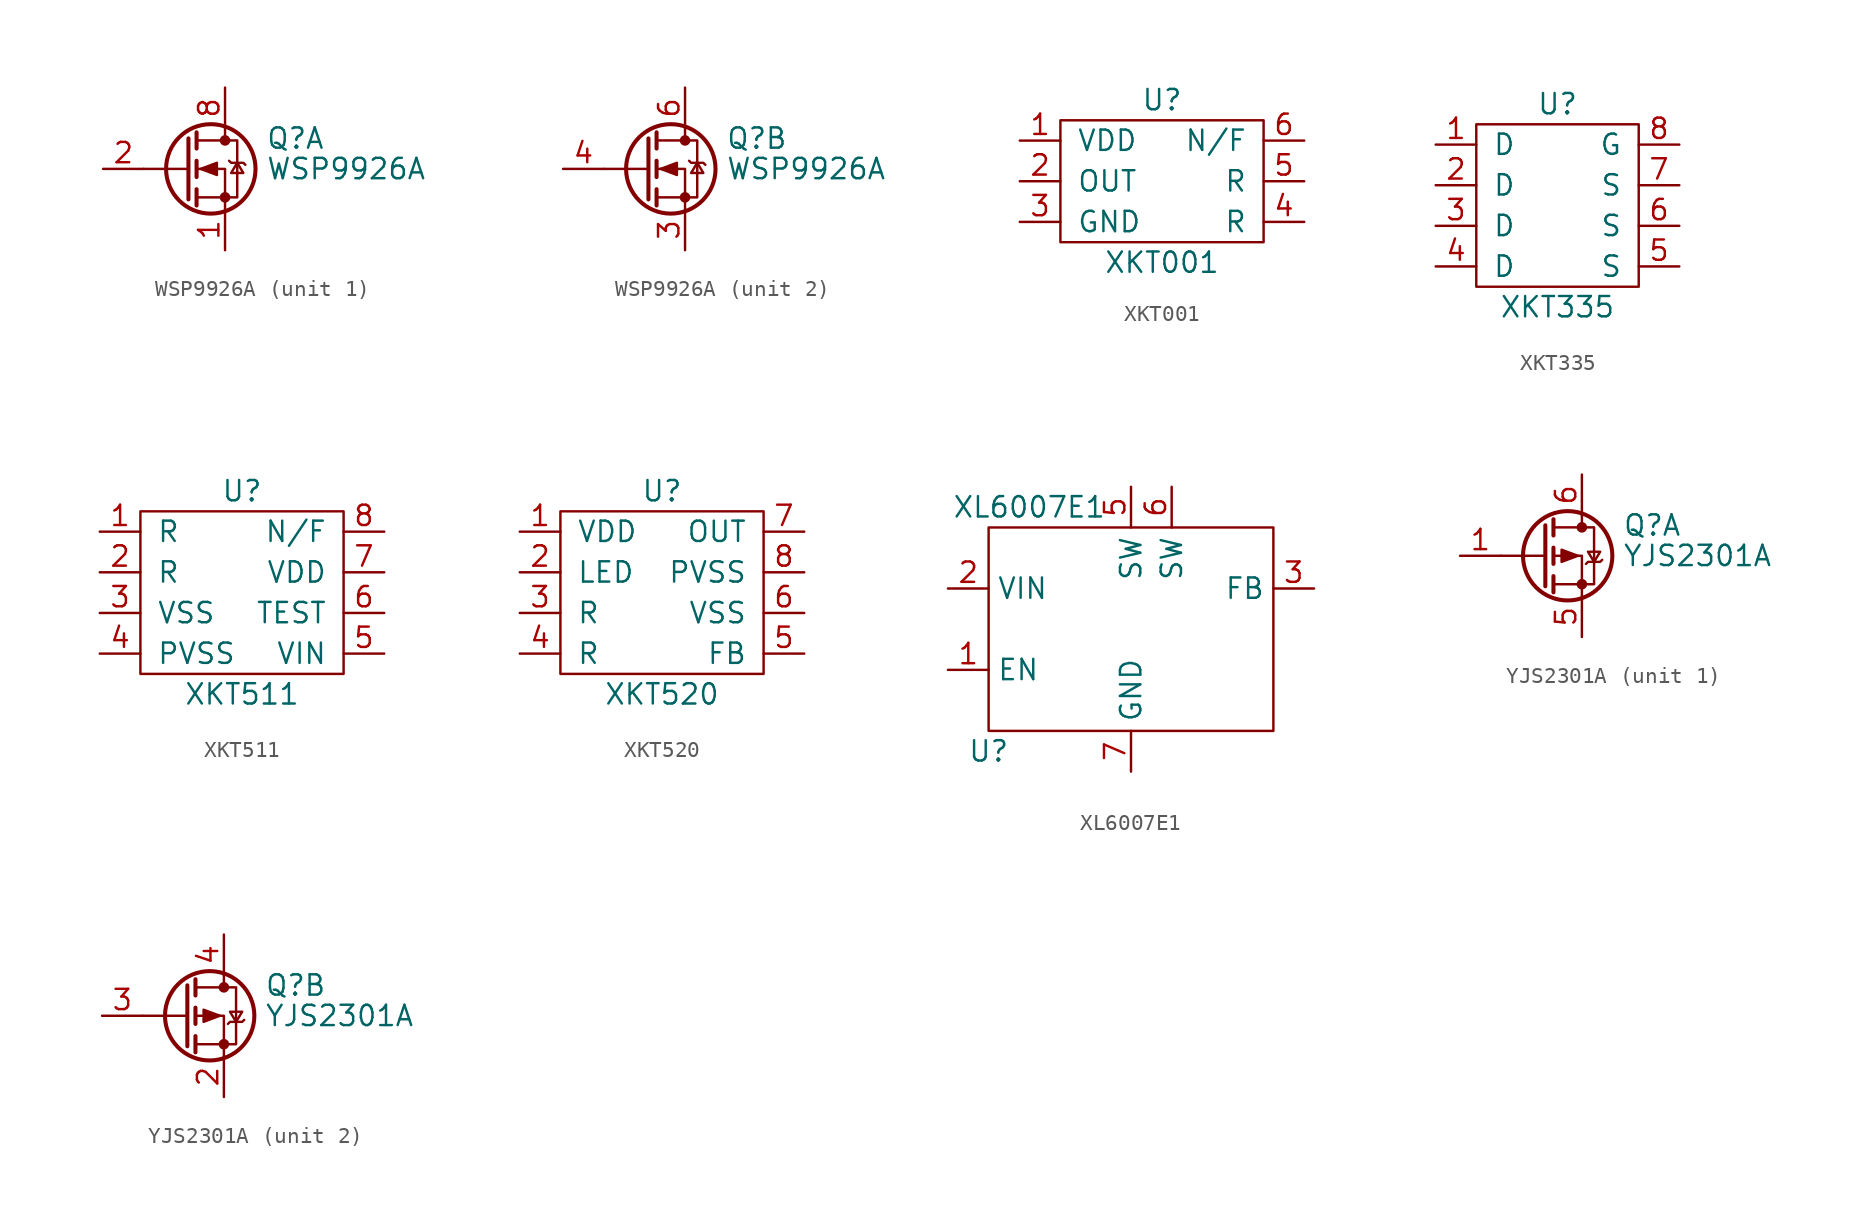
<source format=kicad_sym>
(kicad_symbol_lib
  (version 20231120)
  (generator "kicad_symbol_editor")
  (generator_version "8.0")
  (symbol "WSP9926A"
    (pin_names hide)
    (property "Reference" "Q"
      (at 5.08 1.905 0)
      (effects (font (size 1.27 1.27)) (justify left)))
    (property "Value" "WSP9926A"
      (at 5.08 0 0)
      (effects (font (size 1.27 1.27)) (justify left)))
    (symbol "WSP9926A_0_1"
      (polyline (pts (xy 0.254 0) (xy -2.54 0)) (stroke (width 0) (type default)) (fill (type none)))
      (polyline (pts (xy 0.254 1.905) (xy 0.254 -1.905)) (stroke (width 0.254) (type default)) (fill (type none)))
      (polyline (pts (xy 0.762 -1.27) (xy 0.762 -2.286)) (stroke (width 0.254) (type default)) (fill (type none)))
      (polyline (pts (xy 0.762 0.508) (xy 0.762 -0.508)) (stroke (width 0.254) (type default)) (fill (type none)))
      (polyline (pts (xy 0.762 2.286) (xy 0.762 1.27)) (stroke (width 0.254) (type default)) (fill (type none)))
      (polyline (pts (xy 2.54 2.54) (xy 2.54 1.778)) (stroke (width 0) (type default)) (fill (type none)))
      (polyline (pts (xy 2.54 -2.54) (xy 2.54 0) (xy 0.762 0)) (stroke (width 0) (type default)) (fill (type none)))
      (polyline (pts (xy 0.762 -1.778) (xy 3.302 -1.778) (xy 3.302 1.778) (xy 0.762 1.778)) (stroke (width 0) (type default)) (fill (type none)))
      (polyline (pts (xy 1.016 0) (xy 2.032 0.381) (xy 2.032 -0.381) (xy 1.016 0)) (stroke (width 0) (type default)) (fill (type outline)))
      (polyline (pts (xy 2.794 0.508) (xy 2.921 0.381) (xy 3.683 0.381) (xy 3.81 0.254)) (stroke (width 0) (type default)) (fill (type none)))
      (polyline (pts (xy 3.302 0.381) (xy 2.921 -0.254) (xy 3.683 -0.254) (xy 3.302 0.381)) (stroke (width 0) (type default)) (fill (type none)))
      (circle (center 1.651 0) (radius 2.794) (stroke (width 0.254) (type default)) (fill (type none)))
      (circle (center 2.54 -1.778) (radius 0.254) (stroke (width 0) (type default)) (fill (type outline)))
      (circle (center 2.54 1.778) (radius 0.254) (stroke (width 0) (type default)) (fill (type outline))))
    (symbol "WSP9926A_1_1"
      (pin passive line (at 2.54 -5.08 90) (length 2.54) (name "S" (effects (font (size 1.27 1.27)))) (number "1" (effects (font (size 1.27 1.27)))))
      (pin input line (at -5.08 0 0) (length 2.54) (name "G" (effects (font (size 1.27 1.27)))) (number "2" (effects (font (size 1.27 1.27)))))
      (pin passive line (at 2.54 5.08 270) (length 2.54) hide (name "D" (effects (font (size 1.27 1.27)))) (number "7" (effects (font (size 1.27 1.27)))))
      (pin passive line (at 2.54 5.08 270) (length 2.54) (name "D" (effects (font (size 1.27 1.27)))) (number "8" (effects (font (size 1.27 1.27))))))
    (symbol "WSP9926A_2_1"
      (pin passive line (at 2.54 -5.08 90) (length 2.54) (name "S" (effects (font (size 1.27 1.27)))) (number "3" (effects (font (size 1.27 1.27)))))
      (pin input line (at -5.08 0 0) (length 2.54) (name "G" (effects (font (size 1.27 1.27)))) (number "4" (effects (font (size 1.27 1.27)))))
      (pin passive line (at 2.54 5.08 270) (length 2.54) hide (name "D" (effects (font (size 1.27 1.27)))) (number "5" (effects (font (size 1.27 1.27)))))
      (pin passive line (at 2.54 5.08 270) (length 2.54) (name "D" (effects (font (size 1.27 1.27)))) (number "6" (effects (font (size 1.27 1.27)))))))
  (symbol "XKT001"
    (pin_names
      (offset 1.016))
    (property "Reference" "U"
      (at 0 5.08 0)
      (effects (font (size 1.27 1.27))))
    (property "Value" "XKT001"
      (at 0 -5.08 0)
      (effects (font (size 1.27 1.27))))
    (symbol "XKT001_0_1"
      (rectangle (start -6.35 3.81) (end 6.35 -3.81) (stroke (width 0) (type default)) (fill (type none))))
    (symbol "XKT001_1_1"
      (pin power_in line (at -8.89 2.54 0) (length 2.54) (name "VDD" (effects (font (size 1.27 1.27)))) (number "1" (effects (font (size 1.27 1.27)))))
      (pin output line (at -8.89 0 0) (length 2.54) (name "OUT" (effects (font (size 1.27 1.27)))) (number "2" (effects (font (size 1.27 1.27)))))
      (pin power_in line (at -8.89 -2.54 0) (length 2.54) (name "GND" (effects (font (size 1.27 1.27)))) (number "3" (effects (font (size 1.27 1.27)))))
      (pin passive line (at 8.89 -2.54 180) (length 2.54) (name "R" (effects (font (size 1.27 1.27)))) (number "4" (effects (font (size 1.27 1.27)))))
      (pin passive line (at 8.89 0 180) (length 2.54) (name "R" (effects (font (size 1.27 1.27)))) (number "5" (effects (font (size 1.27 1.27)))))
      (pin input line (at 8.89 2.54 180) (length 2.54) (name "N/F" (effects (font (size 1.27 1.27)))) (number "6" (effects (font (size 1.27 1.27)))))))
  (symbol "XKT335"
    (pin_names
      (offset 1.016))
    (property "Reference" "U"
      (at 0 6.35 0)
      (effects (font (size 1.27 1.27))))
    (property "Value" "XKT335"
      (at 0 -6.35 0)
      (effects (font (size 1.27 1.27))))
    (symbol "XKT335_0_1"
      (rectangle (start -5.08 5.08) (end 5.08 -5.08) (stroke (width 0) (type default)) (fill (type none))))
    (symbol "XKT335_1_1"
      (pin input line (at -7.62 3.81 0) (length 2.54) (name "D" (effects (font (size 1.27 1.27)))) (number "1" (effects (font (size 1.27 1.27)))))
      (pin input line (at -7.62 1.27 0) (length 2.54) (name "D" (effects (font (size 1.27 1.27)))) (number "2" (effects (font (size 1.27 1.27)))))
      (pin input line (at -7.62 -1.27 0) (length 2.54) (name "D" (effects (font (size 1.27 1.27)))) (number "3" (effects (font (size 1.27 1.27)))))
      (pin input line (at -7.62 -3.81 0) (length 2.54) (name "D" (effects (font (size 1.27 1.27)))) (number "4" (effects (font (size 1.27 1.27)))))
      (pin input line (at 7.62 -3.81 180) (length 2.54) (name "S" (effects (font (size 1.27 1.27)))) (number "5" (effects (font (size 1.27 1.27)))))
      (pin input line (at 7.62 -1.27 180) (length 2.54) (name "S" (effects (font (size 1.27 1.27)))) (number "6" (effects (font (size 1.27 1.27)))))
      (pin input line (at 7.62 1.27 180) (length 2.54) (name "S" (effects (font (size 1.27 1.27)))) (number "7" (effects (font (size 1.27 1.27)))))
      (pin input line (at 7.62 3.81 180) (length 2.54) (name "G" (effects (font (size 1.27 1.27)))) (number "8" (effects (font (size 1.27 1.27)))))))
  (symbol "XKT511"
    (pin_names
      (offset 1.016))
    (property "Reference" "U"
      (at 0 6.35 0)
      (effects (font (size 1.27 1.27))))
    (property "Value" "XKT511"
      (at 0 -6.35 0)
      (effects (font (size 1.27 1.27))))
    (symbol "XKT511_0_1"
      (rectangle (start -6.35 5.08) (end 6.35 -5.08) (stroke (width 0) (type default)) (fill (type none))))
    (symbol "XKT511_1_1"
      (pin passive line (at -8.89 3.81 0) (length 2.54) (name "R" (effects (font (size 1.27 1.27)))) (number "1" (effects (font (size 1.27 1.27)))))
      (pin passive line (at -8.89 1.27 0) (length 2.54) (name "R" (effects (font (size 1.27 1.27)))) (number "2" (effects (font (size 1.27 1.27)))))
      (pin power_in line (at -8.89 -1.27 0) (length 2.54) (name "VSS" (effects (font (size 1.27 1.27)))) (number "3" (effects (font (size 1.27 1.27)))))
      (pin power_in line (at -8.89 -3.81 0) (length 2.54) (name "PVSS" (effects (font (size 1.27 1.27)))) (number "4" (effects (font (size 1.27 1.27)))))
      (pin input line (at 8.89 -3.81 180) (length 2.54) (name "VIN" (effects (font (size 1.27 1.27)))) (number "5" (effects (font (size 1.27 1.27)))))
      (pin output line (at 8.89 -1.27 180) (length 2.54) (name "TEST" (effects (font (size 1.27 1.27)))) (number "6" (effects (font (size 1.27 1.27)))))
      (pin power_in line (at 8.89 1.27 180) (length 2.54) (name "VDD" (effects (font (size 1.27 1.27)))) (number "7" (effects (font (size 1.27 1.27)))))
      (pin input line (at 8.89 3.81 180) (length 2.54) (name "N/F" (effects (font (size 1.27 1.27)))) (number "8" (effects (font (size 1.27 1.27)))))))
  (symbol "XKT520"
    (pin_names
      (offset 1.016))
    (property "Reference" "U"
      (at 0 6.35 0)
      (effects (font (size 1.27 1.27))))
    (property "Value" "XKT520"
      (at 0 -6.35 0)
      (effects (font (size 1.27 1.27))))
    (symbol "XKT520_0_1"
      (rectangle (start -6.35 5.08) (end 6.35 -5.08) (stroke (width 0) (type default)) (fill (type none))))
    (symbol "XKT520_1_1"
      (pin power_in line (at -8.89 3.81 0) (length 2.54) (name "VDD" (effects (font (size 1.27 1.27)))) (number "1" (effects (font (size 1.27 1.27)))))
      (pin output line (at -8.89 1.27 0) (length 2.54) (name "LED" (effects (font (size 1.27 1.27)))) (number "2" (effects (font (size 1.27 1.27)))))
      (pin passive line (at -8.89 -1.27 0) (length 2.54) (name "R" (effects (font (size 1.27 1.27)))) (number "3" (effects (font (size 1.27 1.27)))))
      (pin passive line (at -8.89 -3.81 0) (length 2.54) (name "R" (effects (font (size 1.27 1.27)))) (number "4" (effects (font (size 1.27 1.27)))))
      (pin input line (at 8.89 -3.81 180) (length 2.54) (name "FB" (effects (font (size 1.27 1.27)))) (number "5" (effects (font (size 1.27 1.27)))))
      (pin power_in line (at 8.89 -1.27 180) (length 2.54) (name "VSS" (effects (font (size 1.27 1.27)))) (number "6" (effects (font (size 1.27 1.27)))))
      (pin output line (at 8.89 3.81 180) (length 2.54) (name "OUT" (effects (font (size 1.27 1.27)))) (number "7" (effects (font (size 1.27 1.27)))))
      (pin output line (at 8.89 1.27 180) (length 2.54) (name "PVSS" (effects (font (size 1.27 1.27)))) (number "8" (effects (font (size 1.27 1.27)))))))
  (symbol "XL6007E1"
    (property "Reference" "U"
      (at -8.89 -7.62 0)
      (effects (font (size 1.27 1.27))))
    (property "Value" "XL6007E1"
      (at -6.35 7.62 0)
      (effects (font (size 1.27 1.27))))
    (symbol "XL6007E1_0_1"
      (rectangle (start -8.89 6.35) (end 8.89 -6.35) (stroke (width 0) (type default)) (fill (type none))))
    (symbol "XL6007E1_1_1"
      (pin input line (at -11.43 -2.54 0) (length 2.54) (name "EN" (effects (font (size 1.27 1.27)))) (number "1" (effects (font (size 1.27 1.27)))))
      (pin power_in line (at -11.43 2.54 0) (length 2.54) (name "VIN" (effects (font (size 1.27 1.27)))) (number "2" (effects (font (size 1.27 1.27)))))
      (pin input line (at 11.43 2.54 180) (length 2.54) (name "FB" (effects (font (size 1.27 1.27)))) (number "3" (effects (font (size 1.27 1.27)))))
      (pin power_out line (at 0 8.89 270) (length 2.54) (name "SW" (effects (font (size 1.27 1.27)))) (number "5" (effects (font (size 1.27 1.27)))))
      (pin power_out line (at 2.54 8.89 270) (length 2.54) (name "SW" (effects (font (size 1.27 1.27)))) (number "6" (effects (font (size 1.27 1.27)))))
      (pin power_in line (at 0 -8.89 90) (length 2.54) (name "GND" (effects (font (size 1.27 1.27)))) (number "7" (effects (font (size 1.27 1.27)))))
      (pin power_in line (at 2.54 -8.89 90) (length 2.54) hide (name "GND" (effects (font (size 1.27 1.27)))) (number "8" (effects (font (size 1.27 1.27)))))))
  (symbol "YJS2301A"
    (pin_names hide)
    (property "Reference" "Q"
      (at 5.08 1.905 0)
      (effects (font (size 1.27 1.27)) (justify left)))
    (property "Value" "YJS2301A"
      (at 5.08 0 0)
      (effects (font (size 1.27 1.27)) (justify left)))
    (symbol "YJS2301A_0_1"
      (polyline (pts (xy 0.254 0) (xy -2.54 0)) (stroke (width 0) (type default)) (fill (type none)))
      (polyline (pts (xy 0.254 1.905) (xy 0.254 -1.905)) (stroke (width 0.254) (type default)) (fill (type none)))
      (polyline (pts (xy 0.762 -1.27) (xy 0.762 -2.286)) (stroke (width 0.254) (type default)) (fill (type none)))
      (polyline (pts (xy 0.762 0.508) (xy 0.762 -0.508)) (stroke (width 0.254) (type default)) (fill (type none)))
      (polyline (pts (xy 0.762 2.286) (xy 0.762 1.27)) (stroke (width 0.254) (type default)) (fill (type none)))
      (polyline (pts (xy 2.54 2.54) (xy 2.54 1.778)) (stroke (width 0) (type default)) (fill (type none)))
      (polyline (pts (xy 2.54 -2.54) (xy 2.54 0) (xy 0.762 0)) (stroke (width 0) (type default)) (fill (type none)))
      (polyline (pts (xy 0.762 1.778) (xy 3.302 1.778) (xy 3.302 -1.778) (xy 0.762 -1.778)) (stroke (width 0) (type default)) (fill (type none)))
      (polyline (pts (xy 2.286 0) (xy 1.27 0.381) (xy 1.27 -0.381) (xy 2.286 0)) (stroke (width 0) (type default)) (fill (type outline)))
      (polyline (pts (xy 2.794 -0.508) (xy 2.921 -0.381) (xy 3.683 -0.381) (xy 3.81 -0.254)) (stroke (width 0) (type default)) (fill (type none)))
      (polyline (pts (xy 3.302 -0.381) (xy 2.921 0.254) (xy 3.683 0.254) (xy 3.302 -0.381)) (stroke (width 0) (type default)) (fill (type none)))
      (circle (center 1.651 0) (radius 2.794) (stroke (width 0.254) (type default)) (fill (type none)))
      (circle (center 2.54 -1.778) (radius 0.254) (stroke (width 0) (type default)) (fill (type outline)))
      (circle (center 2.54 1.778) (radius 0.254) (stroke (width 0) (type default)) (fill (type outline))))
    (symbol "YJS2301A_1_1"
      (pin input line (at -5.08 0 0) (length 2.54) (name "G" (effects (font (size 1.27 1.27)))) (number "1" (effects (font (size 1.27 1.27)))))
      (pin passive line (at 2.54 -5.08 90) (length 2.54) (name "S" (effects (font (size 1.27 1.27)))) (number "5" (effects (font (size 1.27 1.27)))))
      (pin passive line (at 2.54 5.08 270) (length 2.54) (name "D" (effects (font (size 1.27 1.27)))) (number "6" (effects (font (size 1.27 1.27))))))
    (symbol "YJS2301A_2_1"
      (pin passive line (at 2.54 -5.08 90) (length 2.54) (name "S" (effects (font (size 1.27 1.27)))) (number "2" (effects (font (size 1.27 1.27)))))
      (pin input line (at -5.08 0 0) (length 2.54) (name "G" (effects (font (size 1.27 1.27)))) (number "3" (effects (font (size 1.27 1.27)))))
      (pin passive line (at 2.54 5.08 270) (length 2.54) (name "D" (effects (font (size 1.27 1.27)))) (number "4" (effects (font (size 1.27 1.27))))))))
</source>
